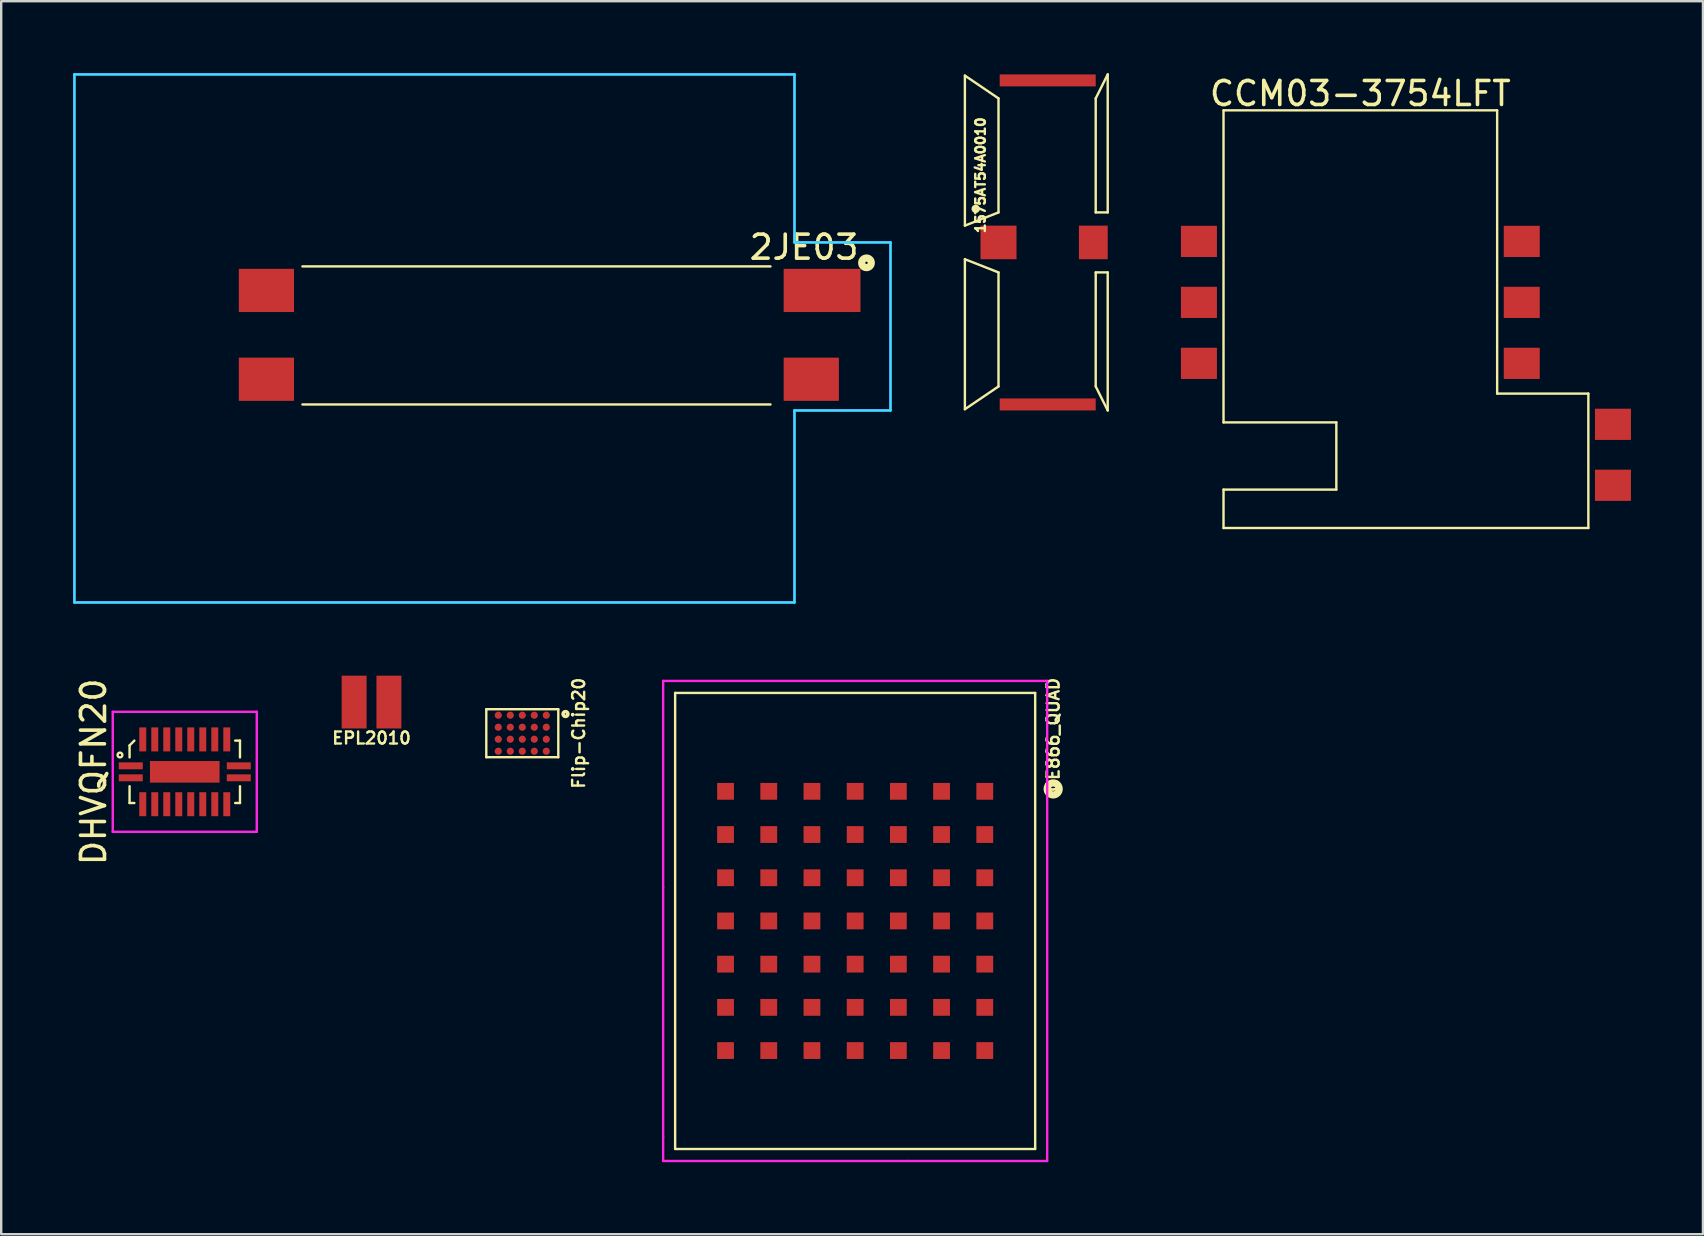
<source format=kicad_pcb>
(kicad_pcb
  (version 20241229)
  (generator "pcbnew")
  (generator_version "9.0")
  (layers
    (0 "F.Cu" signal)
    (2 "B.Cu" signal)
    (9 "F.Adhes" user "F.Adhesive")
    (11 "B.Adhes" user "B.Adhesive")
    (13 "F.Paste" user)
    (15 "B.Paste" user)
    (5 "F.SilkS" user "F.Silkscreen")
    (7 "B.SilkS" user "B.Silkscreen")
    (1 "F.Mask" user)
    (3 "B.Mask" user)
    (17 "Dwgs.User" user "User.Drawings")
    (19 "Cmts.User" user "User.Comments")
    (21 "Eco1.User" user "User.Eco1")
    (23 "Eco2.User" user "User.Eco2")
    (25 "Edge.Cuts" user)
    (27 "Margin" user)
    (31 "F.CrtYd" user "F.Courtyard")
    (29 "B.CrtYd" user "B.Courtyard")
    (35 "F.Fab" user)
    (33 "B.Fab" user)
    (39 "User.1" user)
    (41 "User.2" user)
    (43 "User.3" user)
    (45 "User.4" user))
  (footprint "2JE03"
    (layer "F.Cu")
    (at 8.05 9.05)
    (property "Reference" "2JE03" (at 22.4 -1.8 180) (layer "F.SilkS") (effects (font (size 1 1) (thickness 0.15))))
    (attr through_hole)
    (fp_line (start 1.5 -1) (end 21 -1) (stroke (width 0.1) (type solid)) (layer "F.SilkS"))
    (fp_line (start 21 4.75) (end 1.5 4.75) (stroke (width 0.1) (type solid)) (layer "F.SilkS"))
    (fp_circle (center 25 -1.15) (end 25 -0.95) (stroke (width 0.3) (type solid)) (fill no) (layer "F.SilkS"))
    (fp_line (start -8 -9) (end 22 -9) (stroke (width 0.1) (type solid)) (layer "B.CrtYd"))
    (fp_line (start -8 13) (end -8 -9) (stroke (width 0.1) (type solid)) (layer "B.CrtYd"))
    (fp_line (start 22 -9) (end 22 -2) (stroke (width 0.1) (type solid)) (layer "B.CrtYd"))
    (fp_line (start 22 -2) (end 26 -2) (stroke (width 0.1) (type solid)) (layer "B.CrtYd"))
    (fp_line (start 22 5) (end 22 13) (stroke (width 0.1) (type solid)) (layer "B.CrtYd"))
    (fp_line (start 22 13) (end -8 13) (stroke (width 0.1) (type solid)) (layer "B.CrtYd"))
    (fp_line (start 26 -2) (end 26 5) (stroke (width 0.1) (type solid)) (layer "B.CrtYd"))
    (fp_line (start 26 5) (end 22 5) (stroke (width 0.1) (type solid)) (layer "B.CrtYd"))
    (fp_line (start -8 -9) (end 22 -9) (stroke (width 0.1) (type solid)) (layer "F.CrtYd"))
    (fp_line (start -8 13) (end -8 -9) (stroke (width 0.1) (type solid)) (layer "F.CrtYd"))
    (fp_line (start 22 -9) (end 22 -2) (stroke (width 0.1) (type solid)) (layer "F.CrtYd"))
    (fp_line (start 22 -2) (end 26 -2) (stroke (width 0.1) (type solid)) (layer "F.CrtYd"))
    (fp_line (start 22 5) (end 22 13) (stroke (width 0.1) (type solid)) (layer "F.CrtYd"))
    (fp_line (start 22 13) (end -8 13) (stroke (width 0.1) (type solid)) (layer "F.CrtYd"))
    (fp_line (start 26 -2) (end 26 5) (stroke (width 0.1) (type solid)) (layer "F.CrtYd"))
    (fp_line (start 26 5) (end 22 5) (stroke (width 0.1) (type solid)) (layer "F.CrtYd"))
    (pad "" smd rect (at 0 0) (size 2.3 1.8) (layers "F.Cu" "F.Mask" "F.Paste"))
    (pad "" smd rect (at 0 3.7) (size 2.3 1.8) (layers "F.Cu" "F.Mask" "F.Paste"))
    (pad "1" smd rect (at 23.15 0) (size 3.2 1.8) (layers "F.Cu" "F.Mask" "F.Paste"))
    (pad "GND" smd rect (at 22.7 3.7) (size 2.3 1.8) (layers "F.Cu" "F.Mask" "F.Paste")))
  (footprint "1575AT54A0010"
    (layer "F.Cu")
    (at 40.6 7.05)
    (property "Reference" "1575AT54A0010" (at -2.8 -2.8 90) (layer "F.SilkS") (effects (font (size 0.4 0.4) (thickness 0.1))))
    (attr through_hole)
    (fp_line (start -3.45 -6.95) (end -3.45 -0.7) (stroke (width 0.1) (type solid)) (layer "F.SilkS"))
    (fp_line (start -3.45 -6.95) (end -2.05 -6) (stroke (width 0.1) (type solid)) (layer "F.SilkS"))
    (fp_line (start -3.45 -0.7) (end -2.05 -1.25) (stroke (width 0.1) (type solid)) (layer "F.SilkS"))
    (fp_line (start -3.45 0.7) (end -3.45 6.95) (stroke (width 0.1) (type solid)) (layer "F.SilkS"))
    (fp_line (start -3.45 0.7) (end -2.05 1.25) (stroke (width 0.1) (type solid)) (layer "F.SilkS"))
    (fp_line (start -2.05 -1.25) (end -2.05 -6) (stroke (width 0.1) (type solid)) (layer "F.SilkS"))
    (fp_line (start -2.05 1.25) (end -2.05 6) (stroke (width 0.1) (type solid)) (layer "F.SilkS"))
    (fp_line (start -2.05 6) (end -3.45 6.95) (stroke (width 0.1) (type solid)) (layer "F.SilkS"))
    (fp_line (start 2 -6) (end 2.5 -7) (stroke (width 0.1) (type solid)) (layer "F.SilkS"))
    (fp_line (start 2 -1.25) (end 2 -6) (stroke (width 0.1) (type solid)) (layer "F.SilkS"))
    (fp_line (start 2 1.25) (end 2 6) (stroke (width 0.1) (type solid)) (layer "F.SilkS"))
    (fp_line (start 2 1.25) (end 2.5 1.25) (stroke (width 0.1) (type solid)) (layer "F.SilkS"))
    (fp_line (start 2.5 -7) (end 2.5 -1.25) (stroke (width 0.1) (type solid)) (layer "F.SilkS"))
    (fp_line (start 2.5 -1.25) (end 2 -1.25) (stroke (width 0.1) (type solid)) (layer "F.SilkS"))
    (fp_line (start 2.5 1.25) (end 2.5 7) (stroke (width 0.1) (type solid)) (layer "F.SilkS"))
    (fp_line (start 2.5 7) (end 2 6) (stroke (width 0.1) (type solid)) (layer "F.SilkS"))
    (fp_circle (center -3 -1.4) (end -3 -1.3) (stroke (width 0.15) (type solid)) (fill no) (layer "F.SilkS"))
    (pad "" smd rect (at 1.9 0) (size 1.2 1.4) (layers "F.Cu" "F.Mask" "F.Paste"))
    (pad "1" smd rect (at -2.05 0) (size 1.5 1.4) (layers "F.Cu" "F.Mask" "F.Paste"))
    (pad "GND1" smd rect (at 0 -6.75) (size 4 0.5) (layers "F.Cu" "F.Mask" "F.Paste"))
    (pad "GND2" smd rect (at 0 6.75) (size 4 0.5) (layers "F.Cu" "F.Mask" "F.Paste")))
  (footprint "CCM03-3754LFT"
    (layer "F.Cu")
    (at 53.625 9.548)
    (property "Reference" "CCM03-3754LFT" (at 0 -8.7 0) (layer "F.SilkS") (effects (font (size 1 1) (thickness 0.15))))
    (attr through_hole)
    (fp_line (start -5.7 -8) (end -5.7 5) (stroke (width 0.1) (type solid)) (layer "F.SilkS"))
    (fp_line (start -5.7 5) (end -1 5) (stroke (width 0.1) (type solid)) (layer "F.SilkS"))
    (fp_line (start -5.7 7.8) (end -5.7 9.4) (stroke (width 0.1) (type solid)) (layer "F.SilkS"))
    (fp_line (start -5.7 9.4) (end 9.5 9.4) (stroke (width 0.1) (type solid)) (layer "F.SilkS"))
    (fp_line (start -1 5) (end -1 7.8) (stroke (width 0.1) (type solid)) (layer "F.SilkS"))
    (fp_line (start -1 7.8) (end -5.7 7.8) (stroke (width 0.1) (type solid)) (layer "F.SilkS"))
    (fp_line (start 5.7 -8) (end -5.7 -8) (stroke (width 0.1) (type solid)) (layer "F.SilkS"))
    (fp_line (start 5.7 3.8) (end 5.7 -8) (stroke (width 0.1) (type solid)) (layer "F.SilkS"))
    (fp_line (start 9.5 3.8) (end 5.7 3.8) (stroke (width 0.1) (type solid)) (layer "F.SilkS"))
    (fp_line (start 9.5 9.4) (end 9.5 3.8) (stroke (width 0.1) (type solid)) (layer "F.SilkS"))
    (pad "C1" smd rect (at 6.725 -2.54) (size 1.5 1.3) (layers "F.Cu" "F.Mask" "F.Paste"))
    (pad "C2" smd rect (at 6.725 0) (size 1.5 1.3) (layers "F.Cu" "F.Mask" "F.Paste"))
    (pad "C3" smd rect (at 6.725 2.54) (size 1.5 1.3) (layers "F.Cu" "F.Mask" "F.Paste"))
    (pad "C5" smd rect (at -6.725 -2.54) (size 1.5 1.3) (layers "F.Cu" "F.Mask" "F.Paste"))
    (pad "C6" smd rect (at -6.725 0) (size 1.5 1.3) (layers "F.Cu" "F.Mask" "F.Paste"))
    (pad "C7" smd rect (at -6.725 2.54) (size 1.5 1.3) (layers "F.Cu" "F.Mask" "F.Paste"))
    (pad "SW1" smd rect (at 10.525 5.08) (size 1.5 1.3) (layers "F.Cu" "F.Mask" "F.Paste"))
    (pad "SW2" smd rect (at 10.525 7.62) (size 1.5 1.3) (layers "F.Cu" "F.Mask" "F.Paste")))
  (footprint "GE866_QUAD"
    (layer "F.Cu")
    (at 32.578 35.319)
    (property "Reference" "GE866_QUAD" (at 8.25 -7.75 90) (layer "F.SilkS") (effects (font (size 0.5 0.5) (thickness 0.1))))
    (attr through_hole)
    (fp_line (start -7.5 -9.5) (end 7.5 -9.5) (stroke (width 0.1) (type solid)) (layer "F.SilkS"))
    (fp_line (start -7.5 9.5) (end -7.5 -9.5) (stroke (width 0.1) (type solid)) (layer "F.SilkS"))
    (fp_line (start 7.5 -9.5) (end 7.5 9.5) (stroke (width 0.1) (type solid)) (layer "F.SilkS"))
    (fp_line (start 7.5 9.5) (end -7.5 9.5) (stroke (width 0.1) (type solid)) (layer "F.SilkS"))
    (fp_circle (center 8.25 -5.5) (end 8.25 -5.25) (stroke (width 0.3) (type solid)) (fill no) (layer "F.SilkS"))
    (fp_line (start -8 -10) (end 8 -10) (stroke (width 0.1) (type solid)) (layer "F.CrtYd"))
    (fp_line (start -8 -1.4) (end -8 -10) (stroke (width 0.1) (type solid)) (layer "F.CrtYd"))
    (fp_line (start -8 9) (end -8 -1.4) (stroke (width 0.1) (type solid)) (layer "F.CrtYd"))
    (fp_line (start -8 10) (end -8 9) (stroke (width 0.1) (type solid)) (layer "F.CrtYd"))
    (fp_line (start -7.8 10) (end -8 10) (stroke (width 0.1) (type solid)) (layer "F.CrtYd"))
    (fp_line (start 2.2 10) (end -7.8 10) (stroke (width 0.1) (type solid)) (layer "F.CrtYd"))
    (fp_line (start 8 -10) (end 8 10) (stroke (width 0.1) (type solid)) (layer "F.CrtYd"))
    (fp_line (start 8 10) (end 2.2 10) (stroke (width 0.1) (type solid)) (layer "F.CrtYd"))
    (pad "A1" smd rect (at 5.4 -5.4) (size 0.7 0.7) (layers "F.Cu" "F.Mask" "F.Paste"))
    (pad "A2" smd rect (at 5.4 -3.6) (size 0.7 0.7) (layers "F.Cu" "F.Mask" "F.Paste"))
    (pad "A3" smd rect (at 5.4 -1.8) (size 0.7 0.7) (layers "F.Cu" "F.Mask" "F.Paste"))
    (pad "A4" smd rect (at 5.4 0) (size 0.7 0.7) (layers "F.Cu" "F.Mask" "F.Paste"))
    (pad "A5" smd rect (at 5.4 1.8) (size 0.7 0.7) (layers "F.Cu" "F.Mask" "F.Paste"))
    (pad "A6" smd rect (at 5.4 3.6) (size 0.7 0.7) (layers "F.Cu" "F.Mask" "F.Paste"))
    (pad "A7" smd rect (at 5.4 5.4) (size 0.7 0.7) (layers "F.Cu" "F.Mask" "F.Paste"))
    (pad "B1" smd rect (at 3.6 -5.4) (size 0.7 0.7) (layers "F.Cu" "F.Mask" "F.Paste"))
    (pad "B2" smd rect (at 3.6 -3.6) (size 0.7 0.7) (layers "F.Cu" "F.Mask" "F.Paste"))
    (pad "B3" smd rect (at 3.6 -1.8) (size 0.7 0.7) (layers "F.Cu" "F.Mask" "F.Paste"))
    (pad "B4" smd rect (at 3.6 0) (size 0.7 0.7) (layers "F.Cu" "F.Mask" "F.Paste"))
    (pad "B5" smd rect (at 3.6 1.8) (size 0.7 0.7) (layers "F.Cu" "F.Mask" "F.Paste"))
    (pad "B6" smd rect (at 3.6 3.6) (size 0.7 0.7) (layers "F.Cu" "F.Mask" "F.Paste"))
    (pad "B7" smd rect (at 3.6 5.4) (size 0.7 0.7) (layers "F.Cu" "F.Mask" "F.Paste"))
    (pad "C1" smd rect (at 1.8 -5.4) (size 0.7 0.7) (layers "F.Cu" "F.Mask" "F.Paste"))
    (pad "C2" smd rect (at 1.8 -3.6) (size 0.7 0.7) (layers "F.Cu" "F.Mask" "F.Paste"))
    (pad "C3" smd rect (at 1.8 -1.8) (size 0.7 0.7) (layers "F.Cu" "F.Mask" "F.Paste"))
    (pad "C4" smd rect (at 1.8 0) (size 0.7 0.7) (layers "F.Cu" "F.Mask" "F.Paste"))
    (pad "C5" smd rect (at 1.8 1.8) (size 0.7 0.7) (layers "F.Cu" "F.Mask" "F.Paste"))
    (pad "C6" smd rect (at 1.8 3.6) (size 0.7 0.7) (layers "F.Cu" "F.Mask" "F.Paste"))
    (pad "C7" smd rect (at 1.8 5.4) (size 0.7 0.7) (layers "F.Cu" "F.Mask" "F.Paste"))
    (pad "D1" smd rect (at 0 -5.4) (size 0.7 0.7) (layers "F.Cu" "F.Mask" "F.Paste"))
    (pad "D2" smd rect (at 0 -3.6) (size 0.7 0.7) (layers "F.Cu" "F.Mask" "F.Paste"))
    (pad "D3" smd rect (at 0 -1.8) (size 0.7 0.7) (layers "F.Cu" "F.Mask" "F.Paste"))
    (pad "D4" smd rect (at 0 0) (size 0.7 0.7) (layers "F.Cu" "F.Mask" "F.Paste"))
    (pad "D5" smd rect (at 0 1.8) (size 0.7 0.7) (layers "F.Cu" "F.Mask" "F.Paste"))
    (pad "D6" smd rect (at 0 3.6) (size 0.7 0.7) (layers "F.Cu" "F.Mask" "F.Paste"))
    (pad "D7" smd rect (at 0 5.4) (size 0.7 0.7) (layers "F.Cu" "F.Mask" "F.Paste"))
    (pad "E1" smd rect (at -1.8 -5.4) (size 0.7 0.7) (layers "F.Cu" "F.Mask" "F.Paste"))
    (pad "E2" smd rect (at -1.8 -3.6) (size 0.7 0.7) (layers "F.Cu" "F.Mask" "F.Paste"))
    (pad "E3" smd rect (at -1.8 -1.8) (size 0.7 0.7) (layers "F.Cu" "F.Mask" "F.Paste"))
    (pad "E4" smd rect (at -1.8 0) (size 0.7 0.7) (layers "F.Cu" "F.Mask" "F.Paste"))
    (pad "E5" smd rect (at -1.8 1.8) (size 0.7 0.7) (layers "F.Cu" "F.Mask" "F.Paste"))
    (pad "E6" smd rect (at -1.8 3.6) (size 0.7 0.7) (layers "F.Cu" "F.Mask" "F.Paste"))
    (pad "E7" smd rect (at -1.8 5.4) (size 0.7 0.7) (layers "F.Cu" "F.Mask" "F.Paste"))
    (pad "F1" smd rect (at -3.6 -5.4) (size 0.7 0.7) (layers "F.Cu" "F.Mask" "F.Paste"))
    (pad "F2" smd rect (at -3.6 -3.6) (size 0.7 0.7) (layers "F.Cu" "F.Mask" "F.Paste"))
    (pad "F3" smd rect (at -3.6 -1.8) (size 0.7 0.7) (layers "F.Cu" "F.Mask" "F.Paste"))
    (pad "F4" smd rect (at -3.6 0) (size 0.7 0.7) (layers "F.Cu" "F.Mask" "F.Paste"))
    (pad "F5" smd rect (at -3.6 1.8) (size 0.7 0.7) (layers "F.Cu" "F.Mask" "F.Paste"))
    (pad "F6" smd rect (at -3.6 3.6) (size 0.7 0.7) (layers "F.Cu" "F.Mask" "F.Paste"))
    (pad "F7" smd rect (at -3.6 5.4) (size 0.7 0.7) (layers "F.Cu" "F.Mask" "F.Paste"))
    (pad "G1" smd rect (at -5.4 -5.4) (size 0.7 0.7) (layers "F.Cu" "F.Mask" "F.Paste"))
    (pad "G2" smd rect (at -5.4 -3.6) (size 0.7 0.7) (layers "F.Cu" "F.Mask" "F.Paste"))
    (pad "G3" smd rect (at -5.4 -1.8) (size 0.7 0.7) (layers "F.Cu" "F.Mask" "F.Paste"))
    (pad "G4" smd rect (at -5.4 0) (size 0.7 0.7) (layers "F.Cu" "F.Mask" "F.Paste"))
    (pad "G5" smd rect (at -5.4 1.8) (size 0.7 0.7) (layers "F.Cu" "F.Mask" "F.Paste"))
    (pad "G6" smd rect (at -5.4 3.6) (size 0.7 0.7) (layers "F.Cu" "F.Mask" "F.Paste"))
    (pad "G7" smd rect (at -5.4 5.4) (size 0.7 0.7) (layers "F.Cu" "F.Mask" "F.Paste")))
  (footprint "Flip-Chip20"
    (layer "F.Cu")
    (at 18.71 27.498)
    (property "Reference" "Flip-Chip20" (at 2.35 0 90) (layer "F.SilkS") (effects (font (size 0.5 0.5) (thickness 0.1))))
    (attr through_hole)
    (fp_line (start -1.5 -1) (end 1.5 -1) (stroke (width 0.1) (type solid)) (layer "F.SilkS"))
    (fp_line (start -1.5 1) (end -1.5 -1) (stroke (width 0.1) (type solid)) (layer "F.SilkS"))
    (fp_line (start 1.5 -1) (end 1.5 1) (stroke (width 0.1) (type solid)) (layer "F.SilkS"))
    (fp_line (start 1.5 1) (end -1.5 1) (stroke (width 0.1) (type solid)) (layer "F.SilkS"))
    (fp_circle (center 1.8 -0.8) (end 1.8 -0.7) (stroke (width 0.15) (type solid)) (fill no) (layer "F.SilkS"))
    (pad "A1" smd circle (at 1 -0.75) (size 0.3 0.3) (layers "F.Cu" "F.Mask" "F.Paste"))
    (pad "A2" smd circle (at 1 -0.25) (size 0.3 0.3) (layers "F.Cu" "F.Mask" "F.Paste"))
    (pad "A3" smd circle (at 1 0.25) (size 0.3 0.3) (layers "F.Cu" "F.Mask" "F.Paste"))
    (pad "A4" smd circle (at 1 0.75) (size 0.3 0.3) (layers "F.Cu" "F.Mask" "F.Paste"))
    (pad "B1" smd circle (at 0.5 -0.75) (size 0.3 0.3) (layers "F.Cu" "F.Mask" "F.Paste"))
    (pad "B2" smd circle (at 0.5 -0.25) (size 0.3 0.3) (layers "F.Cu" "F.Mask" "F.Paste"))
    (pad "B3" smd circle (at 0.5 0.25) (size 0.3 0.3) (layers "F.Cu" "F.Mask" "F.Paste"))
    (pad "B4" smd circle (at 0.5 0.75) (size 0.3 0.3) (layers "F.Cu" "F.Mask" "F.Paste"))
    (pad "C1" smd circle (at 0 -0.75) (size 0.3 0.3) (layers "F.Cu" "F.Mask" "F.Paste"))
    (pad "C2" smd circle (at 0 -0.25) (size 0.3 0.3) (layers "F.Cu" "F.Mask" "F.Paste"))
    (pad "C3" smd circle (at 0 0.25) (size 0.3 0.3) (layers "F.Cu" "F.Mask" "F.Paste"))
    (pad "C4" smd circle (at 0 0.75) (size 0.3 0.3) (layers "F.Cu" "F.Mask" "F.Paste"))
    (pad "D1" smd circle (at -0.5 -0.75) (size 0.3 0.3) (layers "F.Cu" "F.Mask" "F.Paste"))
    (pad "D2" smd circle (at -0.5 -0.25) (size 0.3 0.3) (layers "F.Cu" "F.Mask" "F.Paste"))
    (pad "D3" smd circle (at -0.5 0.25) (size 0.3 0.3) (layers "F.Cu" "F.Mask" "F.Paste"))
    (pad "D4" smd circle (at -0.5 0.75) (size 0.3 0.3) (layers "F.Cu" "F.Mask" "F.Paste"))
    (pad "E1" smd circle (at -1 -0.75) (size 0.3 0.3) (layers "F.Cu" "F.Mask" "F.Paste"))
    (pad "E2" smd circle (at -1 -0.25) (size 0.3 0.3) (layers "F.Cu" "F.Mask" "F.Paste"))
    (pad "E3" smd circle (at -1 0.25) (size 0.3 0.3) (layers "F.Cu" "F.Mask" "F.Paste"))
    (pad "E4" smd circle (at -1 0.75) (size 0.3 0.3) (layers "F.Cu" "F.Mask" "F.Paste")))
  (footprint "DHVQFN20"
    (layer "F.Cu")
    (at 4.648 29.106)
    (property "Reference" "DHVQFN20" (at -3.8 0 90) (layer "F.SilkS") (effects (font (size 1 1) (thickness 0.15))))
    (attr through_hole)
    (fp_line (start -2.3 -1.1) (end -2.3 -0.6) (stroke (width 0.1) (type solid)) (layer "F.SilkS"))
    (fp_line (start -2.3 0.6) (end -2.3 1.3) (stroke (width 0.1) (type solid)) (layer "F.SilkS"))
    (fp_line (start -2.3 1.3) (end -2.1 1.3) (stroke (width 0.1) (type solid)) (layer "F.SilkS"))
    (fp_line (start -2.1 -1.3) (end -2.3 -1.1) (stroke (width 0.1) (type solid)) (layer "F.SilkS"))
    (fp_line (start 2.1 1.3) (end 2.3 1.3) (stroke (width 0.1) (type solid)) (layer "F.SilkS"))
    (fp_line (start 2.3 -1.3) (end 2.1 -1.3) (stroke (width 0.1) (type solid)) (layer "F.SilkS"))
    (fp_line (start 2.3 -0.6) (end 2.3 -1.3) (stroke (width 0.1) (type solid)) (layer "F.SilkS"))
    (fp_line (start 2.3 1.3) (end 2.3 0.6) (stroke (width 0.1) (type solid)) (layer "F.SilkS"))
    (fp_circle (center -2.7 -0.7) (end -2.7 -0.6) (stroke (width 0.1) (type solid)) (fill no) (layer "F.SilkS"))
    (fp_line (start -3 -2.5) (end 3 -2.5) (stroke (width 0.1) (type solid)) (layer "F.CrtYd"))
    (fp_line (start -3 2.5) (end -3 -2.5) (stroke (width 0.1) (type solid)) (layer "F.CrtYd"))
    (fp_line (start 3 -2.5) (end 3 2.5) (stroke (width 0.1) (type solid)) (layer "F.CrtYd"))
    (fp_line (start 3 2.5) (end -3 2.5) (stroke (width 0.1) (type solid)) (layer "F.CrtYd"))
    (pad "" smd rect (at 0 0) (size 2.9 0.9) (layers "F.Cu" "F.Mask" "F.Paste"))
    (pad "1" smd rect (at -2.25 -0.25) (size 1 0.29) (layers "F.Cu" "F.Mask" "F.Paste"))
    (pad "2" smd rect (at -1.75 -1.35) (size 0.29 1) (layers "F.Cu" "F.Mask" "F.Paste"))
    (pad "3" smd rect (at -1.25 -1.35) (size 0.29 1) (layers "F.Cu" "F.Mask" "F.Paste"))
    (pad "4" smd rect (at -0.75 -1.35) (size 0.29 1) (layers "F.Cu" "F.Mask" "F.Paste"))
    (pad "5" smd rect (at -0.25 -1.35) (size 0.29 1) (layers "F.Cu" "F.Mask" "F.Paste"))
    (pad "6" smd rect (at 0.25 -1.35) (size 0.29 1) (layers "F.Cu" "F.Mask" "F.Paste"))
    (pad "7" smd rect (at 0.75 -1.35) (size 0.29 1) (layers "F.Cu" "F.Mask" "F.Paste"))
    (pad "8" smd rect (at 1.25 -1.35) (size 0.29 1) (layers "F.Cu" "F.Mask" "F.Paste"))
    (pad "9" smd rect (at 1.75 -1.35) (size 0.29 1) (layers "F.Cu" "F.Mask" "F.Paste"))
    (pad "10" smd rect (at 2.25 -0.25) (size 1 0.29) (layers "F.Cu" "F.Mask" "F.Paste"))
    (pad "11" smd rect (at 2.25 0.25) (size 1 0.29) (layers "F.Cu" "F.Mask" "F.Paste"))
    (pad "12" smd rect (at 1.75 1.35) (size 0.29 1) (layers "F.Cu" "F.Mask" "F.Paste"))
    (pad "13" smd rect (at 1.25 1.35) (size 0.29 1) (layers "F.Cu" "F.Mask" "F.Paste"))
    (pad "14" smd rect (at 0.75 1.35) (size 0.29 1) (layers "F.Cu" "F.Mask" "F.Paste"))
    (pad "15" smd rect (at 0.25 1.35) (size 0.29 1) (layers "F.Cu" "F.Mask" "F.Paste"))
    (pad "16" smd rect (at -0.25 1.35) (size 0.29 1) (layers "F.Cu" "F.Mask" "F.Paste"))
    (pad "17" smd rect (at -0.75 1.35) (size 0.29 1) (layers "F.Cu" "F.Mask" "F.Paste"))
    (pad "18" smd rect (at -1.25 1.35) (size 0.29 1) (layers "F.Cu" "F.Mask" "F.Paste"))
    (pad "19" smd rect (at -1.75 1.35) (size 0.29 1) (layers "F.Cu" "F.Mask" "F.Paste"))
    (pad "20" smd rect (at -2.25 0.25) (size 1 0.29) (layers "F.Cu" "F.Mask" "F.Paste")))
  (footprint "EPL2010"
    (layer "F.Cu")
    (at 12.429 26.2)
    (property "Reference" "EPL2010" (at 0 1.5 0) (layer "F.SilkS") (effects (font (size 0.5 0.5) (thickness 0.1))))
    (attr through_hole)
    (pad "1" smd rect (at -0.725 0) (size 1.04 2.2) (layers "F.Cu" "F.Mask" "F.Paste"))
    (pad "2" smd rect (at 0.725 0) (size 1.04 2.2) (layers "F.Cu" "F.Mask" "F.Paste")))
  (gr_rect
    (start -3 -3)
    (end 67.9 48.369)
    (stroke (width 0.1) (type default))
    (fill no)
    (layer "Edge.Cuts")))
</source>
